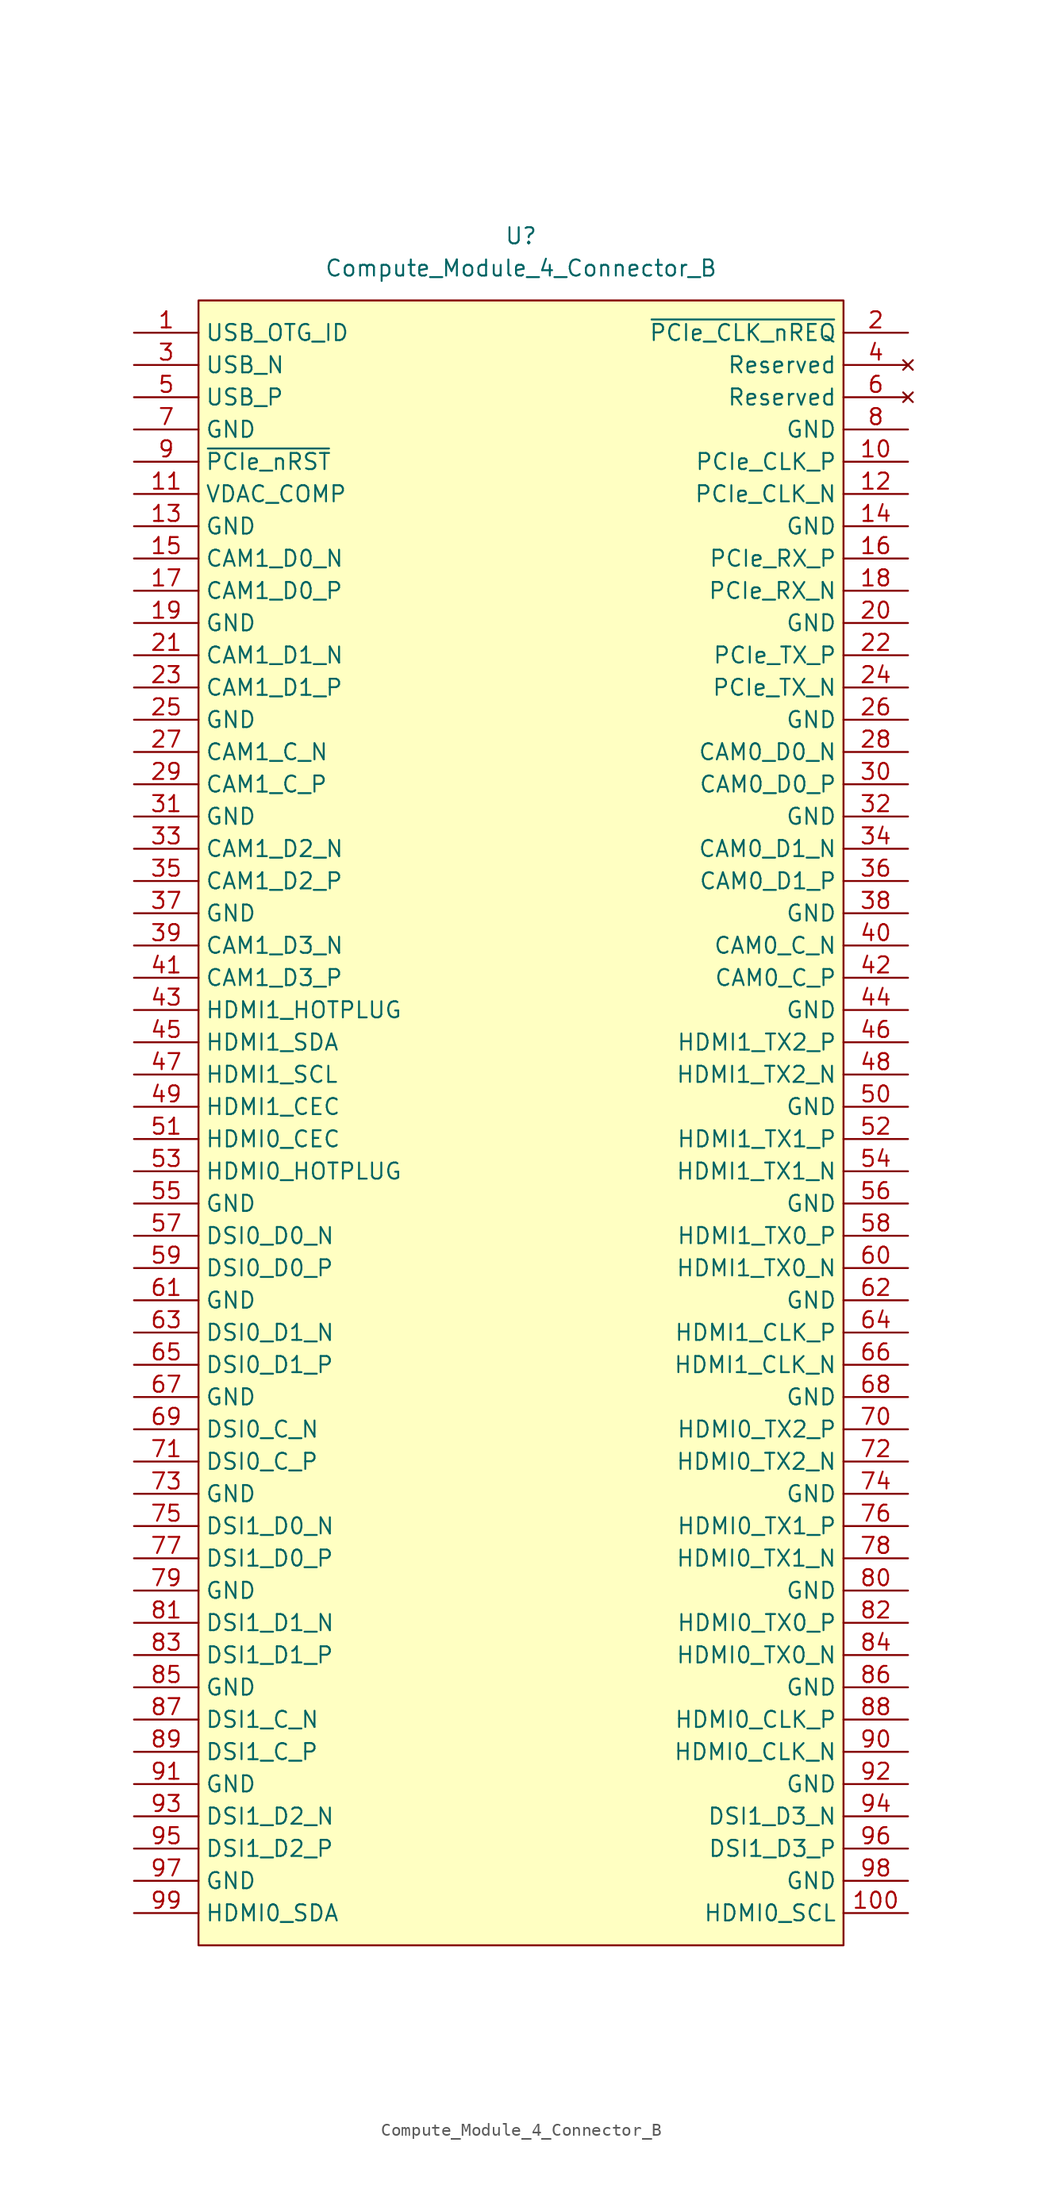
<source format=kicad_sym>
(kicad_symbol_lib
  (version 20220914)
  (generator kicad_symbol_editor)
  (symbol "Compute_Module_4_Connector_B"
    (property "Reference" "U"
      (at 0 69.85 0)
      (effects (font (size 1.27 1.27))))
    (property "Value" "Compute_Module_4_Connector_B"
      (at 0 67.31 0)
      (effects (font (size 1.27 1.27))))
    (symbol "Compute_Module_4_Connector_B_1_1"
      (rectangle (start -25.4 64.77) (end 25.4 -64.77) (stroke (width 0) (type solid)) (fill (type background)))
      (pin input line (at -30.48 62.23 0) (length 5.08) (name "USB_OTG_ID" (effects (font (size 1.27 1.27)))) (number "1" (effects (font (size 1.27 1.27)))))
      (pin output line (at 30.48 52.07 180) (length 5.08) (name "PCIe_CLK_P" (effects (font (size 1.27 1.27)))) (number "10" (effects (font (size 1.27 1.27)))))
      (pin open_collector line (at 30.48 -62.23 180) (length 5.08) (name "HDMI0_SCL" (effects (font (size 1.27 1.27)))) (number "100" (effects (font (size 1.27 1.27)))))
      (pin output line (at -30.48 49.53 0) (length 5.08) (name "VDAC_COMP" (effects (font (size 1.27 1.27)))) (number "11" (effects (font (size 1.27 1.27)))))
      (pin output line (at 30.48 49.53 180) (length 5.08) (name "PCIe_CLK_N" (effects (font (size 1.27 1.27)))) (number "12" (effects (font (size 1.27 1.27)))))
      (pin power_in line (at -30.48 46.99 0) (length 5.08) (name "GND" (effects (font (size 1.27 1.27)))) (number "13" (effects (font (size 1.27 1.27)))))
      (pin power_in line (at 30.48 46.99 180) (length 5.08) (name "GND" (effects (font (size 1.27 1.27)))) (number "14" (effects (font (size 1.27 1.27)))))
      (pin input line (at -30.48 44.45 0) (length 5.08) (name "CAM1_D0_N" (effects (font (size 1.27 1.27)))) (number "15" (effects (font (size 1.27 1.27)))))
      (pin input line (at 30.48 44.45 180) (length 5.08) (name "PCIe_RX_P" (effects (font (size 1.27 1.27)))) (number "16" (effects (font (size 1.27 1.27)))))
      (pin input line (at -30.48 41.91 0) (length 5.08) (name "CAM1_D0_P" (effects (font (size 1.27 1.27)))) (number "17" (effects (font (size 1.27 1.27)))))
      (pin input line (at 30.48 41.91 180) (length 5.08) (name "PCIe_RX_N" (effects (font (size 1.27 1.27)))) (number "18" (effects (font (size 1.27 1.27)))))
      (pin power_in line (at -30.48 39.37 0) (length 5.08) (name "GND" (effects (font (size 1.27 1.27)))) (number "19" (effects (font (size 1.27 1.27)))))
      (pin input line (at 30.48 62.23 180) (length 5.08) (name "~{PCIe_CLK_nREQ}" (effects (font (size 1.27 1.27)))) (number "2" (effects (font (size 1.27 1.27)))))
      (pin power_in line (at 30.48 39.37 180) (length 5.08) (name "GND" (effects (font (size 1.27 1.27)))) (number "20" (effects (font (size 1.27 1.27)))))
      (pin input line (at -30.48 36.83 0) (length 5.08) (name "CAM1_D1_N" (effects (font (size 1.27 1.27)))) (number "21" (effects (font (size 1.27 1.27)))))
      (pin output line (at 30.48 36.83 180) (length 5.08) (name "PCIe_TX_P" (effects (font (size 1.27 1.27)))) (number "22" (effects (font (size 1.27 1.27)))))
      (pin input line (at -30.48 34.29 0) (length 5.08) (name "CAM1_D1_P" (effects (font (size 1.27 1.27)))) (number "23" (effects (font (size 1.27 1.27)))))
      (pin output line (at 30.48 34.29 180) (length 5.08) (name "PCIe_TX_N" (effects (font (size 1.27 1.27)))) (number "24" (effects (font (size 1.27 1.27)))))
      (pin power_in line (at -30.48 31.75 0) (length 5.08) (name "GND" (effects (font (size 1.27 1.27)))) (number "25" (effects (font (size 1.27 1.27)))))
      (pin power_in line (at 30.48 31.75 180) (length 5.08) (name "GND" (effects (font (size 1.27 1.27)))) (number "26" (effects (font (size 1.27 1.27)))))
      (pin input line (at -30.48 29.21 0) (length 5.08) (name "CAM1_C_N" (effects (font (size 1.27 1.27)))) (number "27" (effects (font (size 1.27 1.27)))))
      (pin input line (at 30.48 29.21 180) (length 5.08) (name "CAM0_D0_N" (effects (font (size 1.27 1.27)))) (number "28" (effects (font (size 1.27 1.27)))))
      (pin input line (at -30.48 26.67 0) (length 5.08) (name "CAM1_C_P" (effects (font (size 1.27 1.27)))) (number "29" (effects (font (size 1.27 1.27)))))
      (pin passive line (at -30.48 59.69 0) (length 5.08) (name "USB_N" (effects (font (size 1.27 1.27)))) (number "3" (effects (font (size 1.27 1.27)))))
      (pin input line (at 30.48 26.67 180) (length 5.08) (name "CAM0_D0_P" (effects (font (size 1.27 1.27)))) (number "30" (effects (font (size 1.27 1.27)))))
      (pin power_in line (at -30.48 24.13 0) (length 5.08) (name "GND" (effects (font (size 1.27 1.27)))) (number "31" (effects (font (size 1.27 1.27)))))
      (pin power_in line (at 30.48 24.13 180) (length 5.08) (name "GND" (effects (font (size 1.27 1.27)))) (number "32" (effects (font (size 1.27 1.27)))))
      (pin input line (at -30.48 21.59 0) (length 5.08) (name "CAM1_D2_N" (effects (font (size 1.27 1.27)))) (number "33" (effects (font (size 1.27 1.27)))))
      (pin input line (at 30.48 21.59 180) (length 5.08) (name "CAM0_D1_N" (effects (font (size 1.27 1.27)))) (number "34" (effects (font (size 1.27 1.27)))))
      (pin input line (at -30.48 19.05 0) (length 5.08) (name "CAM1_D2_P" (effects (font (size 1.27 1.27)))) (number "35" (effects (font (size 1.27 1.27)))))
      (pin input line (at 30.48 19.05 180) (length 5.08) (name "CAM0_D1_P" (effects (font (size 1.27 1.27)))) (number "36" (effects (font (size 1.27 1.27)))))
      (pin power_in line (at -30.48 16.51 0) (length 5.08) (name "GND" (effects (font (size 1.27 1.27)))) (number "37" (effects (font (size 1.27 1.27)))))
      (pin power_in line (at 30.48 16.51 180) (length 5.08) (name "GND" (effects (font (size 1.27 1.27)))) (number "38" (effects (font (size 1.27 1.27)))))
      (pin input line (at -30.48 13.97 0) (length 5.08) (name "CAM1_D3_N" (effects (font (size 1.27 1.27)))) (number "39" (effects (font (size 1.27 1.27)))))
      (pin no_connect line (at 30.48 59.69 180) (length 5.08) (name "Reserved" (effects (font (size 1.27 1.27)))) (number "4" (effects (font (size 1.27 1.27)))))
      (pin input line (at 30.48 13.97 180) (length 5.08) (name "CAM0_C_N" (effects (font (size 1.27 1.27)))) (number "40" (effects (font (size 1.27 1.27)))))
      (pin input line (at -30.48 11.43 0) (length 5.08) (name "CAM1_D3_P" (effects (font (size 1.27 1.27)))) (number "41" (effects (font (size 1.27 1.27)))))
      (pin input line (at 30.48 11.43 180) (length 5.08) (name "CAM0_C_P" (effects (font (size 1.27 1.27)))) (number "42" (effects (font (size 1.27 1.27)))))
      (pin input line (at -30.48 8.89 0) (length 5.08) (name "HDMI1_HOTPLUG" (effects (font (size 1.27 1.27)))) (number "43" (effects (font (size 1.27 1.27)))))
      (pin power_in line (at 30.48 8.89 180) (length 5.08) (name "GND" (effects (font (size 1.27 1.27)))) (number "44" (effects (font (size 1.27 1.27)))))
      (pin bidirectional line (at -30.48 6.35 0) (length 5.08) (name "HDMI1_SDA" (effects (font (size 1.27 1.27)))) (number "45" (effects (font (size 1.27 1.27)))))
      (pin output line (at 30.48 6.35 180) (length 5.08) (name "HDMI1_TX2_P" (effects (font (size 1.27 1.27)))) (number "46" (effects (font (size 1.27 1.27)))))
      (pin open_collector line (at -30.48 3.81 0) (length 5.08) (name "HDMI1_SCL" (effects (font (size 1.27 1.27)))) (number "47" (effects (font (size 1.27 1.27)))))
      (pin output line (at 30.48 3.81 180) (length 5.08) (name "HDMI1_TX2_N" (effects (font (size 1.27 1.27)))) (number "48" (effects (font (size 1.27 1.27)))))
      (pin open_collector line (at -30.48 1.27 0) (length 5.08) (name "HDMI1_CEC" (effects (font (size 1.27 1.27)))) (number "49" (effects (font (size 1.27 1.27)))))
      (pin passive line (at -30.48 57.15 0) (length 5.08) (name "USB_P" (effects (font (size 1.27 1.27)))) (number "5" (effects (font (size 1.27 1.27)))))
      (pin power_in line (at 30.48 1.27 180) (length 5.08) (name "GND" (effects (font (size 1.27 1.27)))) (number "50" (effects (font (size 1.27 1.27)))))
      (pin open_collector line (at -30.48 -1.27 0) (length 5.08) (name "HDMI0_CEC" (effects (font (size 1.27 1.27)))) (number "51" (effects (font (size 1.27 1.27)))))
      (pin output line (at 30.48 -1.27 180) (length 5.08) (name "HDMI1_TX1_P" (effects (font (size 1.27 1.27)))) (number "52" (effects (font (size 1.27 1.27)))))
      (pin input line (at -30.48 -3.81 0) (length 5.08) (name "HDMI0_HOTPLUG" (effects (font (size 1.27 1.27)))) (number "53" (effects (font (size 1.27 1.27)))))
      (pin output line (at 30.48 -3.81 180) (length 5.08) (name "HDMI1_TX1_N" (effects (font (size 1.27 1.27)))) (number "54" (effects (font (size 1.27 1.27)))))
      (pin power_in line (at -30.48 -6.35 0) (length 5.08) (name "GND" (effects (font (size 1.27 1.27)))) (number "55" (effects (font (size 1.27 1.27)))))
      (pin power_in line (at 30.48 -6.35 180) (length 5.08) (name "GND" (effects (font (size 1.27 1.27)))) (number "56" (effects (font (size 1.27 1.27)))))
      (pin output line (at -30.48 -8.89 0) (length 5.08) (name "DSI0_D0_N" (effects (font (size 1.27 1.27)))) (number "57" (effects (font (size 1.27 1.27)))))
      (pin output line (at 30.48 -8.89 180) (length 5.08) (name "HDMI1_TX0_P" (effects (font (size 1.27 1.27)))) (number "58" (effects (font (size 1.27 1.27)))))
      (pin output line (at -30.48 -11.43 0) (length 5.08) (name "DSI0_D0_P" (effects (font (size 1.27 1.27)))) (number "59" (effects (font (size 1.27 1.27)))))
      (pin no_connect line (at 30.48 57.15 180) (length 5.08) (name "Reserved" (effects (font (size 1.27 1.27)))) (number "6" (effects (font (size 1.27 1.27)))))
      (pin output line (at 30.48 -11.43 180) (length 5.08) (name "HDMI1_TX0_N" (effects (font (size 1.27 1.27)))) (number "60" (effects (font (size 1.27 1.27)))))
      (pin power_in line (at -30.48 -13.97 0) (length 5.08) (name "GND" (effects (font (size 1.27 1.27)))) (number "61" (effects (font (size 1.27 1.27)))))
      (pin power_in line (at 30.48 -13.97 180) (length 5.08) (name "GND" (effects (font (size 1.27 1.27)))) (number "62" (effects (font (size 1.27 1.27)))))
      (pin output line (at -30.48 -16.51 0) (length 5.08) (name "DSI0_D1_N" (effects (font (size 1.27 1.27)))) (number "63" (effects (font (size 1.27 1.27)))))
      (pin output line (at 30.48 -16.51 180) (length 5.08) (name "HDMI1_CLK_P" (effects (font (size 1.27 1.27)))) (number "64" (effects (font (size 1.27 1.27)))))
      (pin output line (at -30.48 -19.05 0) (length 5.08) (name "DSI0_D1_P" (effects (font (size 1.27 1.27)))) (number "65" (effects (font (size 1.27 1.27)))))
      (pin output line (at 30.48 -19.05 180) (length 5.08) (name "HDMI1_CLK_N" (effects (font (size 1.27 1.27)))) (number "66" (effects (font (size 1.27 1.27)))))
      (pin power_in line (at -30.48 -21.59 0) (length 5.08) (name "GND" (effects (font (size 1.27 1.27)))) (number "67" (effects (font (size 1.27 1.27)))))
      (pin power_in line (at 30.48 -21.59 180) (length 5.08) (name "GND" (effects (font (size 1.27 1.27)))) (number "68" (effects (font (size 1.27 1.27)))))
      (pin output line (at -30.48 -24.13 0) (length 5.08) (name "DSI0_C_N" (effects (font (size 1.27 1.27)))) (number "69" (effects (font (size 1.27 1.27)))))
      (pin power_in line (at -30.48 54.61 0) (length 5.08) (name "GND" (effects (font (size 1.27 1.27)))) (number "7" (effects (font (size 1.27 1.27)))))
      (pin output line (at 30.48 -24.13 180) (length 5.08) (name "HDMI0_TX2_P" (effects (font (size 1.27 1.27)))) (number "70" (effects (font (size 1.27 1.27)))))
      (pin output line (at -30.48 -26.67 0) (length 5.08) (name "DSI0_C_P" (effects (font (size 1.27 1.27)))) (number "71" (effects (font (size 1.27 1.27)))))
      (pin output line (at 30.48 -26.67 180) (length 5.08) (name "HDMI0_TX2_N" (effects (font (size 1.27 1.27)))) (number "72" (effects (font (size 1.27 1.27)))))
      (pin power_in line (at -30.48 -29.21 0) (length 5.08) (name "GND" (effects (font (size 1.27 1.27)))) (number "73" (effects (font (size 1.27 1.27)))))
      (pin power_in line (at 30.48 -29.21 180) (length 5.08) (name "GND" (effects (font (size 1.27 1.27)))) (number "74" (effects (font (size 1.27 1.27)))))
      (pin output line (at -30.48 -31.75 0) (length 5.08) (name "DSI1_D0_N" (effects (font (size 1.27 1.27)))) (number "75" (effects (font (size 1.27 1.27)))))
      (pin output line (at 30.48 -31.75 180) (length 5.08) (name "HDMI0_TX1_P" (effects (font (size 1.27 1.27)))) (number "76" (effects (font (size 1.27 1.27)))))
      (pin output line (at -30.48 -34.29 0) (length 5.08) (name "DSI1_D0_P" (effects (font (size 1.27 1.27)))) (number "77" (effects (font (size 1.27 1.27)))))
      (pin output line (at 30.48 -34.29 180) (length 5.08) (name "HDMI0_TX1_N" (effects (font (size 1.27 1.27)))) (number "78" (effects (font (size 1.27 1.27)))))
      (pin power_in line (at -30.48 -36.83 0) (length 5.08) (name "GND" (effects (font (size 1.27 1.27)))) (number "79" (effects (font (size 1.27 1.27)))))
      (pin power_in line (at 30.48 54.61 180) (length 5.08) (name "GND" (effects (font (size 1.27 1.27)))) (number "8" (effects (font (size 1.27 1.27)))))
      (pin power_in line (at 30.48 -36.83 180) (length 5.08) (name "GND" (effects (font (size 1.27 1.27)))) (number "80" (effects (font (size 1.27 1.27)))))
      (pin output line (at -30.48 -39.37 0) (length 5.08) (name "DSI1_D1_N" (effects (font (size 1.27 1.27)))) (number "81" (effects (font (size 1.27 1.27)))))
      (pin output line (at 30.48 -39.37 180) (length 5.08) (name "HDMI0_TX0_P" (effects (font (size 1.27 1.27)))) (number "82" (effects (font (size 1.27 1.27)))))
      (pin output line (at -30.48 -41.91 0) (length 5.08) (name "DSI1_D1_P" (effects (font (size 1.27 1.27)))) (number "83" (effects (font (size 1.27 1.27)))))
      (pin output line (at 30.48 -41.91 180) (length 5.08) (name "HDMI0_TX0_N" (effects (font (size 1.27 1.27)))) (number "84" (effects (font (size 1.27 1.27)))))
      (pin power_in line (at -30.48 -44.45 0) (length 5.08) (name "GND" (effects (font (size 1.27 1.27)))) (number "85" (effects (font (size 1.27 1.27)))))
      (pin power_in line (at 30.48 -44.45 180) (length 5.08) (name "GND" (effects (font (size 1.27 1.27)))) (number "86" (effects (font (size 1.27 1.27)))))
      (pin output line (at -30.48 -46.99 0) (length 5.08) (name "DSI1_C_N" (effects (font (size 1.27 1.27)))) (number "87" (effects (font (size 1.27 1.27)))))
      (pin output line (at 30.48 -46.99 180) (length 5.08) (name "HDMI0_CLK_P" (effects (font (size 1.27 1.27)))) (number "88" (effects (font (size 1.27 1.27)))))
      (pin output line (at -30.48 -49.53 0) (length 5.08) (name "DSI1_C_P" (effects (font (size 1.27 1.27)))) (number "89" (effects (font (size 1.27 1.27)))))
      (pin output line (at -30.48 52.07 0) (length 5.08) (name "~{PCIe_nRST}" (effects (font (size 1.27 1.27)))) (number "9" (effects (font (size 1.27 1.27)))))
      (pin output line (at 30.48 -49.53 180) (length 5.08) (name "HDMI0_CLK_N" (effects (font (size 1.27 1.27)))) (number "90" (effects (font (size 1.27 1.27)))))
      (pin power_in line (at -30.48 -52.07 0) (length 5.08) (name "GND" (effects (font (size 1.27 1.27)))) (number "91" (effects (font (size 1.27 1.27)))))
      (pin power_in line (at 30.48 -52.07 180) (length 5.08) (name "GND" (effects (font (size 1.27 1.27)))) (number "92" (effects (font (size 1.27 1.27)))))
      (pin output line (at -30.48 -54.61 0) (length 5.08) (name "DSI1_D2_N" (effects (font (size 1.27 1.27)))) (number "93" (effects (font (size 1.27 1.27)))))
      (pin output line (at 30.48 -54.61 180) (length 5.08) (name "DSI1_D3_N" (effects (font (size 1.27 1.27)))) (number "94" (effects (font (size 1.27 1.27)))))
      (pin output line (at -30.48 -57.15 0) (length 5.08) (name "DSI1_D2_P" (effects (font (size 1.27 1.27)))) (number "95" (effects (font (size 1.27 1.27)))))
      (pin output line (at 30.48 -57.15 180) (length 5.08) (name "DSI1_D3_P" (effects (font (size 1.27 1.27)))) (number "96" (effects (font (size 1.27 1.27)))))
      (pin power_in line (at -30.48 -59.69 0) (length 5.08) (name "GND" (effects (font (size 1.27 1.27)))) (number "97" (effects (font (size 1.27 1.27)))))
      (pin power_in line (at 30.48 -59.69 180) (length 5.08) (name "GND" (effects (font (size 1.27 1.27)))) (number "98" (effects (font (size 1.27 1.27)))))
      (pin bidirectional line (at -30.48 -62.23 0) (length 5.08) (name "HDMI0_SDA" (effects (font (size 1.27 1.27)))) (number "99" (effects (font (size 1.27 1.27))))))))
</source>
